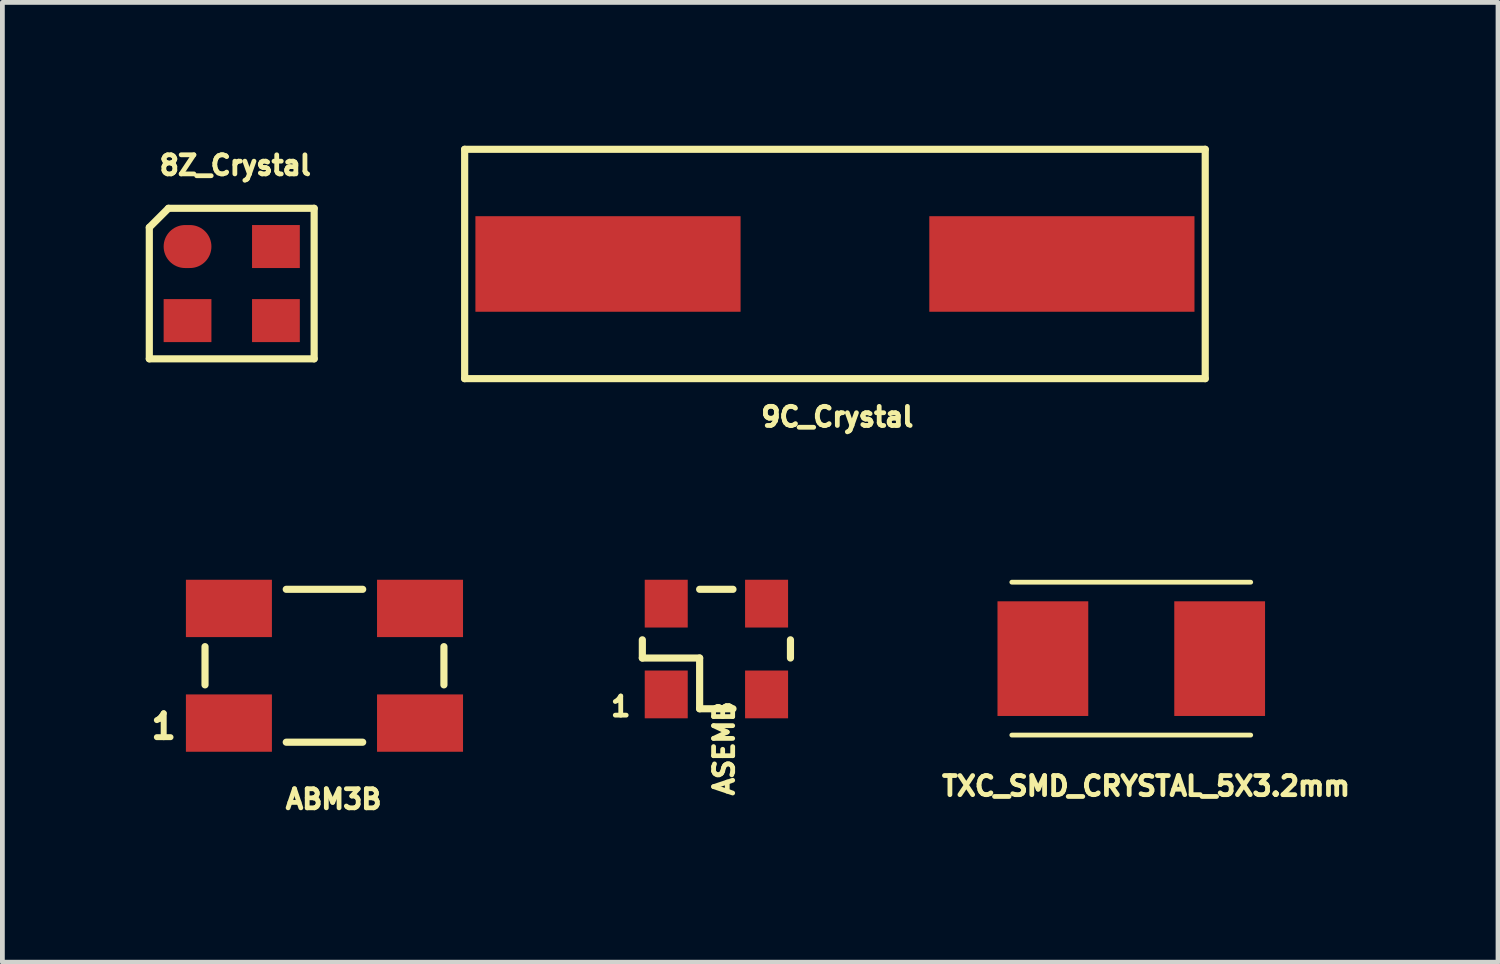
<source format=kicad_pcb>
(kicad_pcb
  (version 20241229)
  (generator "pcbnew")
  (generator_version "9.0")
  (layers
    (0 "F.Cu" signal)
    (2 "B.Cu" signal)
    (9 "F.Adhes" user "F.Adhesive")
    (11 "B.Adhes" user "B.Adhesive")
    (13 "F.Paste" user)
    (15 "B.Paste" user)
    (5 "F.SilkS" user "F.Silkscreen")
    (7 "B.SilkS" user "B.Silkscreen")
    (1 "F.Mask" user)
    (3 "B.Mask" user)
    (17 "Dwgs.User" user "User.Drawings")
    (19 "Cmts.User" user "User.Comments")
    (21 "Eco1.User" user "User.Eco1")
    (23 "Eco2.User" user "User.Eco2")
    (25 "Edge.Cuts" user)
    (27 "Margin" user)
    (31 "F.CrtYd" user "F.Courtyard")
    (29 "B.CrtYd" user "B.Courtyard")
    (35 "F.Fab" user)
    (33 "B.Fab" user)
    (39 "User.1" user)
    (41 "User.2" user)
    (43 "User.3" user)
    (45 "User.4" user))
  (footprint "9C_Crystal"
    (layer "F.Cu")
    (at 9.675 2.475)
    (property "Reference" "9C_Crystal" (at 4.8 3.2 0) (layer "F.SilkS") (effects (font (size 0.4 0.4) (thickness 0.1))))
    (attr through_hole)
    (fp_line (start -3 -2.4) (end 12.5 -2.4) (stroke (width 0.15) (type solid)) (layer "F.SilkS"))
    (fp_line (start -3 2.4) (end -3 -2.4) (stroke (width 0.15) (type solid)) (layer "F.SilkS"))
    (fp_line (start -3 2.4) (end 12.5 2.4) (stroke (width 0.15) (type solid)) (layer "F.SilkS"))
    (fp_line (start 12.5 2.4) (end 12.5 -2.4) (stroke (width 0.15) (type solid)) (layer "F.SilkS"))
    (pad "1" smd rect (at 0 0) (size 5.55 2) (layers "F.Cu" "F.Mask" "F.Paste"))
    (pad "2" smd rect (at 9.5 0) (size 5.55 2) (layers "F.Cu" "F.Mask" "F.Paste")))
  (footprint "TXC_SMD_CRYSTAL_5X3.2mm"
    (layer "F.Cu")
    (at 18.777 10.735)
    (property "Reference" "TXC_SMD_CRYSTAL_5X3.2mm" (at 2.159 2.667 0) (layer "F.SilkS") (effects (font (size 0.4 0.4) (thickness 0.1))))
    (attr through_hole)
    (fp_line (start -0.65 -1.6) (end 4.35 -1.6) (stroke (width 0.1) (type solid)) (layer "F.SilkS"))
    (fp_line (start -0.65 1.6) (end 4.35 1.6) (stroke (width 0.1) (type solid)) (layer "F.SilkS"))
    (pad "1" smd rect (at 0 0) (size 1.9 2.4) (layers "F.Cu" "F.Mask" "F.Paste"))
    (pad "2" smd rect (at 3.7 0) (size 1.9 2.4) (layers "F.Cu" "F.Mask" "F.Paste")))
  (footprint "8Z_Crystal"
    (layer "F.Cu")
    (at 0.875 2.11)
    (property "Reference" "8Z_Crystal" (at 1 -1.7 0) (layer "F.SilkS") (effects (font (size 0.4 0.4) (thickness 0.1))))
    (attr through_hole)
    (fp_line (start -0.8 2.35) (end -0.8 -0.4) (stroke (width 0.15) (type solid)) (layer "F.SilkS"))
    (fp_line (start -0.8 2.35) (end 2.65 2.35) (stroke (width 0.15) (type solid)) (layer "F.SilkS"))
    (fp_line (start -0.4 -0.8) (end -0.8 -0.4) (stroke (width 0.15) (type solid)) (layer "F.SilkS"))
    (fp_line (start -0.4 -0.8) (end 2.65 -0.8) (stroke (width 0.15) (type solid)) (layer "F.SilkS"))
    (fp_line (start 2.65 2.35) (end 2.65 -0.8) (stroke (width 0.15) (type solid)) (layer "F.SilkS"))
    (pad "1" smd oval (at 0 0) (size 1 0.9) (layers "F.Cu" "F.Mask" "F.Paste"))
    (pad "2" smd rect (at 1.85 0) (size 1 0.9) (layers "F.Cu" "F.Mask" "F.Paste"))
    (pad "3" smd rect (at 1.85 1.55) (size 1 0.9) (layers "F.Cu" "F.Mask" "F.Paste"))
    (pad "4" smd rect (at 0 1.55) (size 1 0.9) (layers "F.Cu" "F.Mask" "F.Paste")))
  (footprint "ABM3B"
    (layer "F.Cu")
    (at 3.741 10.884)
    (property "Reference" "ABM3B" (at 0.191 2.794 0) (layer "F.SilkS") (effects (font (size 0.4 0.4) (thickness 0.1))))
    (attr through_hole)
    (fp_line (start -2.5 -0.4) (end -2.5 0.4) (stroke (width 0.15) (type solid)) (layer "F.SilkS"))
    (fp_line (start -0.8 -1.6) (end 0.8 -1.6) (stroke (width 0.15) (type solid)) (layer "F.SilkS"))
    (fp_line (start -0.8 1.6) (end 0.8 1.6) (stroke (width 0.15) (type solid)) (layer "F.SilkS"))
    (fp_line (start 2.5 -0.4) (end 2.5 0.4) (stroke (width 0.15) (type solid)) (layer "F.SilkS"))
    (fp_text user "1" (at -3.365 1.27 0) (layer "F.SilkS") (effects (font (size 0.5 0.5) (thickness 0.125))))
    (pad "1" smd rect (at -2 1.2) (size 1.8 1.2) (layers "F.Cu" "F.Mask" "F.Paste"))
    (pad "2" smd rect (at 2 1.2) (size 1.8 1.2) (layers "F.Cu" "F.Mask" "F.Paste"))
    (pad "3" smd rect (at 2 -1.2) (size 1.8 1.2) (layers "F.Cu" "F.Mask" "F.Paste"))
    (pad "4" smd rect (at -2 -1.2) (size 1.8 1.2) (layers "F.Cu" "F.Mask" "F.Paste")))
  (footprint "ASEMB"
    (layer "F.Cu")
    (at 11.944 10.534)
    (property "Reference" "ASEMB" (at 0.161 2.08 90) (layer "F.SilkS") (effects (font (size 0.4 0.4) (thickness 0.1))))
    (attr through_hole)
    (fp_line (start -1.55 -0.193) (end -1.55 0.188) (stroke (width 0.15) (type solid)) (layer "F.SilkS"))
    (fp_line (start -1.55 0.188) (end -0.351 0.188) (stroke (width 0.15) (type solid)) (layer "F.SilkS"))
    (fp_line (start -0.351 -1.25) (end 0.347 -1.25) (stroke (width 0.15) (type solid)) (layer "F.SilkS"))
    (fp_line (start -0.351 0.188) (end -0.351 1.25) (stroke (width 0.15) (type solid)) (layer "F.SilkS"))
    (fp_line (start -0.351 1.25) (end 0.347 1.25) (stroke (width 0.15) (type solid)) (layer "F.SilkS"))
    (fp_line (start 1.55 -0.193) (end 1.55 0.188) (stroke (width 0.15) (type solid)) (layer "F.SilkS"))
    (fp_text user "1" (at -2.002 1.204 0) (layer "F.SilkS") (effects (font (size 0.4 0.4) (thickness 0.1))))
    (pad "1" smd rect (at -1.05 0.95) (size 0.9 1) (layers "F.Cu" "F.Mask" "F.Paste"))
    (pad "2" smd rect (at 1.05 0.95) (size 0.9 1) (layers "F.Cu" "F.Mask" "F.Paste"))
    (pad "3" smd rect (at 1.05 -0.95) (size 0.9 1) (layers "F.Cu" "F.Mask" "F.Paste"))
    (pad "4" smd rect (at -1.05 -0.95) (size 0.9 1) (layers "F.Cu" "F.Mask" "F.Paste")))
  (gr_rect
    (start -3 -3)
    (end 28.303 17.088)
    (stroke (width 0.1) (type default))
    (fill no)
    (layer "Edge.Cuts")))
</source>
